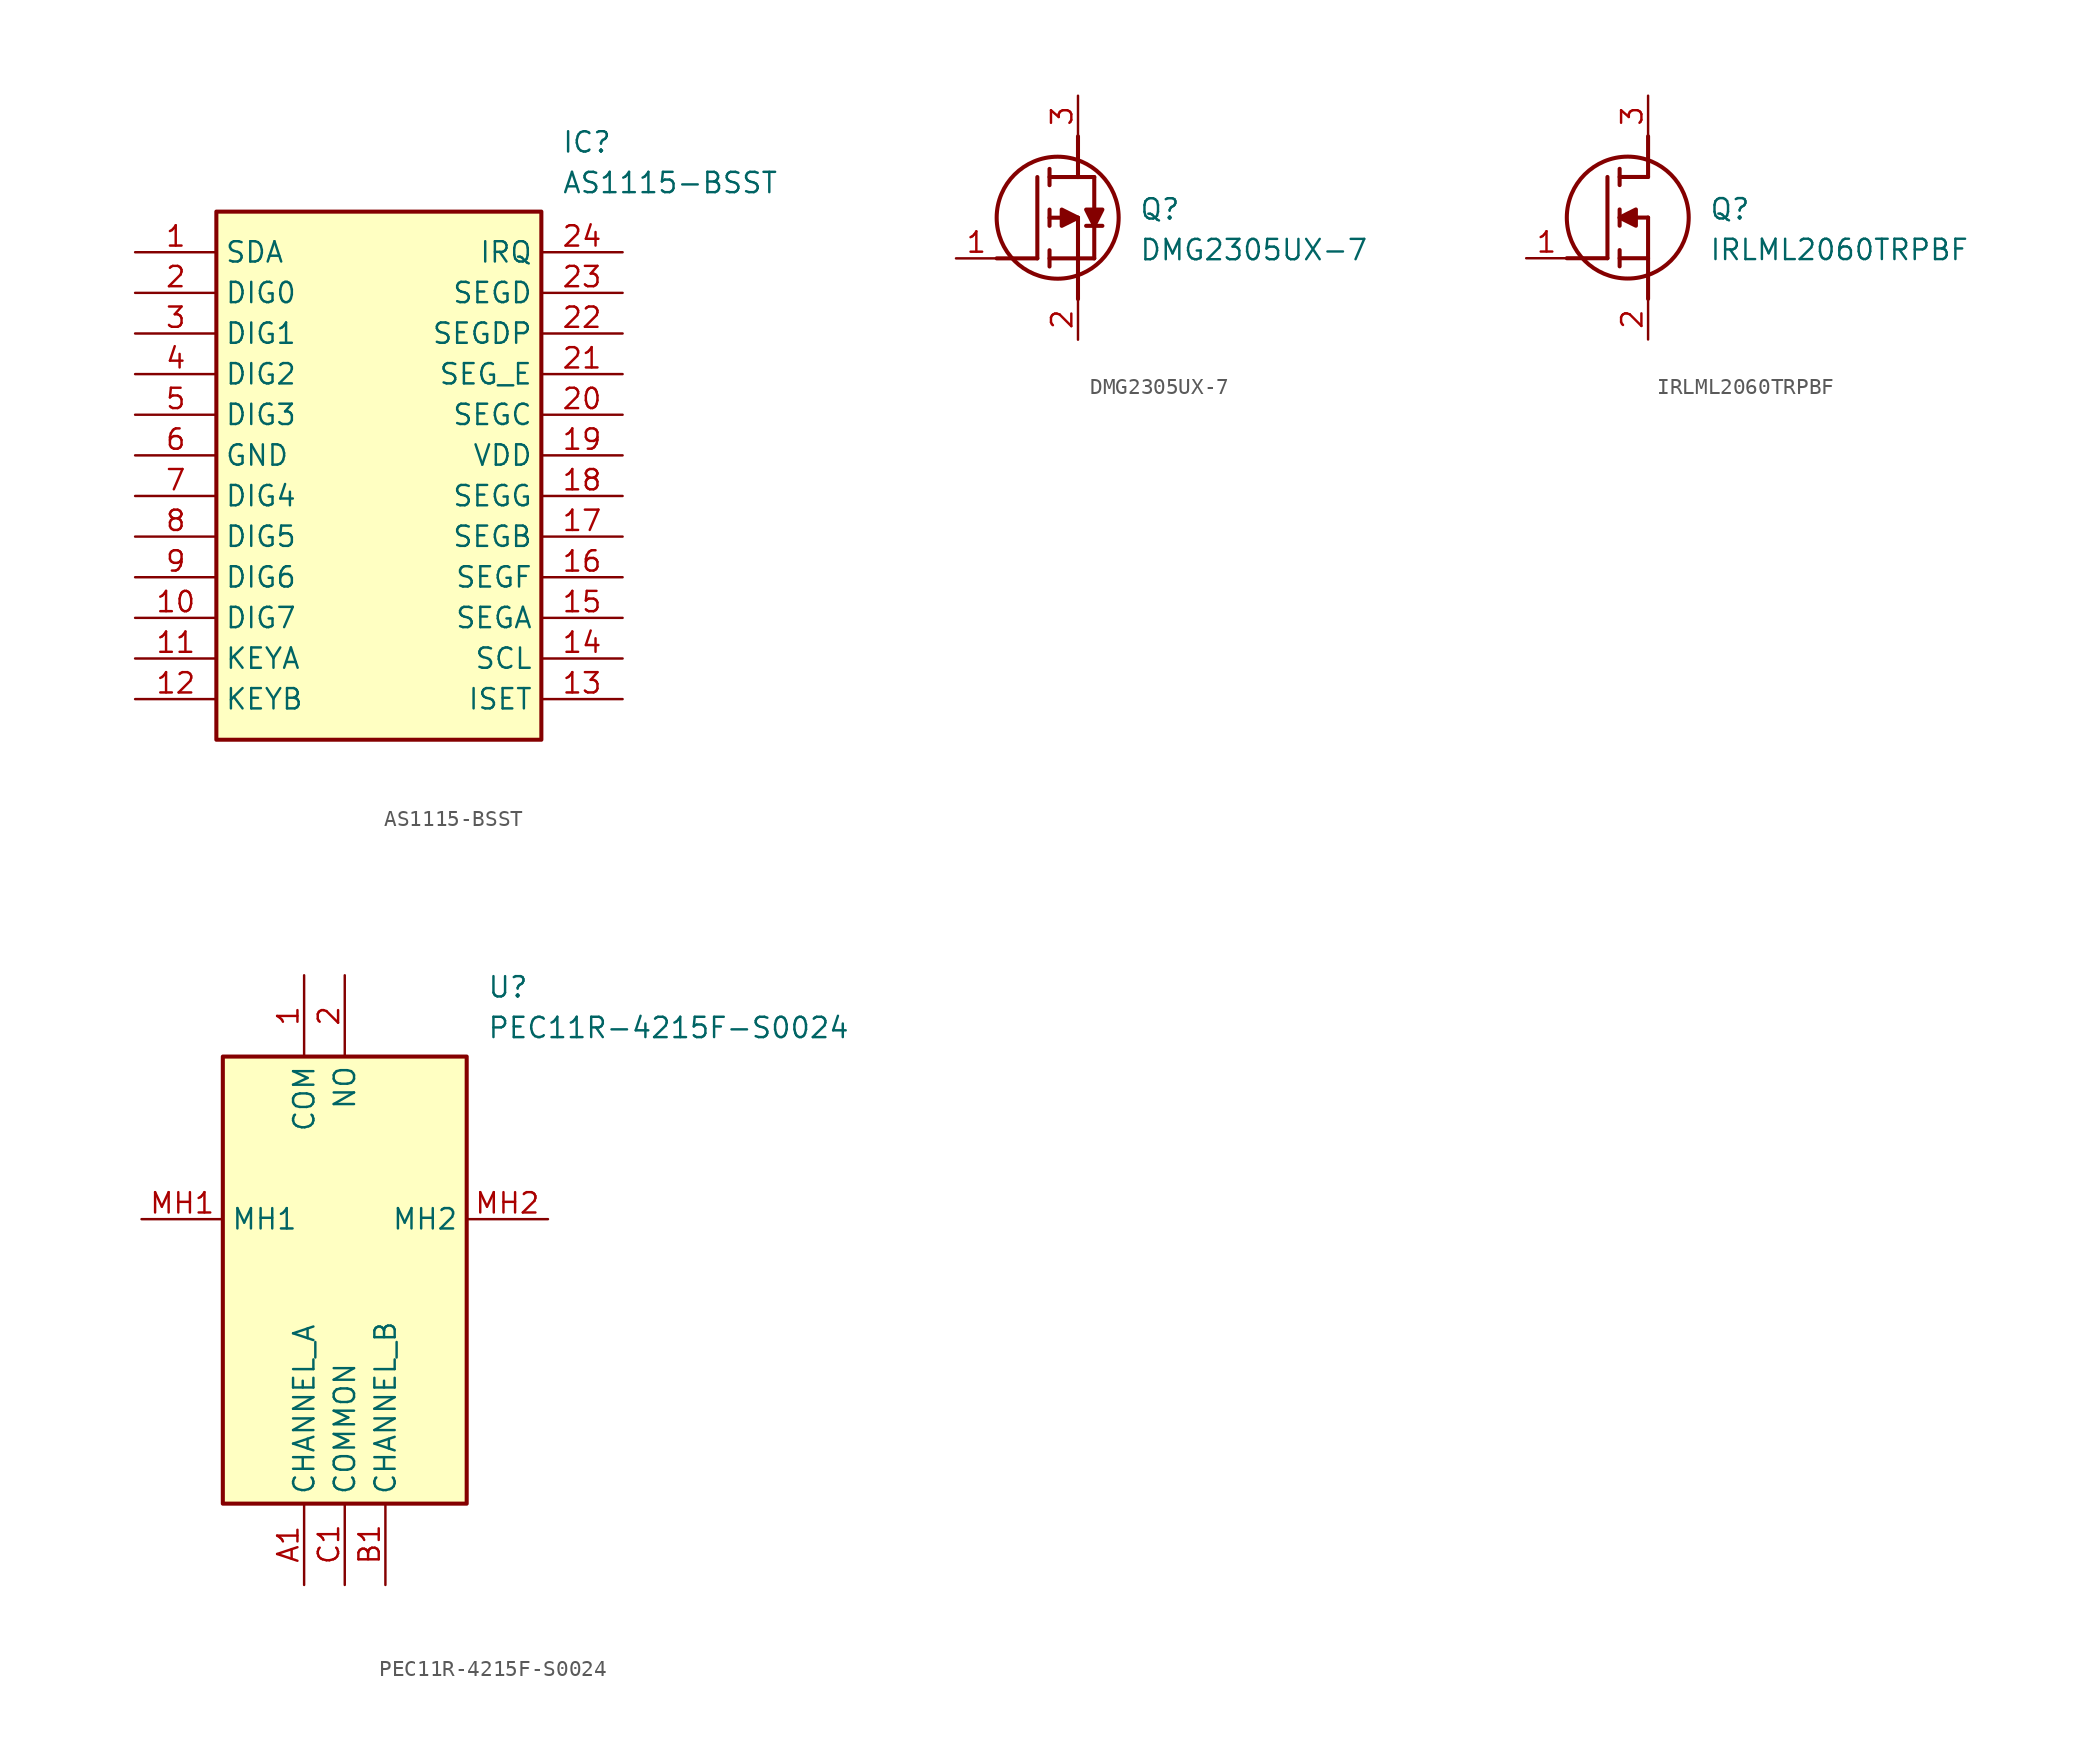
<source format=kicad_sym>
(kicad_symbol_lib
  (version 20231120)
  (generator "kicad_symbol_editor")
  (generator_version "8.0")
  (symbol "AS1115-BSST"
    (property "Reference" "IC"
      (at 26.67 7.62 0)
      (effects (font (size 1.27 1.27)) (justify left top)))
    (property "Value" "AS1115-BSST"
      (at 26.67 5.08 0)
      (effects (font (size 1.27 1.27)) (justify left top)))
    (symbol "AS1115-BSST_1_1"
      (rectangle (start 5.08 2.54) (end 25.4 -30.48) (stroke (width 0.254) (type default)) (fill (type background)))
      (pin passive line (at 0 0 0) (length 5.08) (name "SDA" (effects (font (size 1.27 1.27)))) (number "1" (effects (font (size 1.27 1.27)))))
      (pin passive line (at 0 -22.86 0) (length 5.08) (name "DIG7" (effects (font (size 1.27 1.27)))) (number "10" (effects (font (size 1.27 1.27)))))
      (pin passive line (at 0 -25.4 0) (length 5.08) (name "KEYA" (effects (font (size 1.27 1.27)))) (number "11" (effects (font (size 1.27 1.27)))))
      (pin passive line (at 0 -27.94 0) (length 5.08) (name "KEYB" (effects (font (size 1.27 1.27)))) (number "12" (effects (font (size 1.27 1.27)))))
      (pin passive line (at 30.48 -27.94 180) (length 5.08) (name "ISET" (effects (font (size 1.27 1.27)))) (number "13" (effects (font (size 1.27 1.27)))))
      (pin passive line (at 30.48 -25.4 180) (length 5.08) (name "SCL" (effects (font (size 1.27 1.27)))) (number "14" (effects (font (size 1.27 1.27)))))
      (pin passive line (at 30.48 -22.86 180) (length 5.08) (name "SEGA" (effects (font (size 1.27 1.27)))) (number "15" (effects (font (size 1.27 1.27)))))
      (pin passive line (at 30.48 -20.32 180) (length 5.08) (name "SEGF" (effects (font (size 1.27 1.27)))) (number "16" (effects (font (size 1.27 1.27)))))
      (pin passive line (at 30.48 -17.78 180) (length 5.08) (name "SEGB" (effects (font (size 1.27 1.27)))) (number "17" (effects (font (size 1.27 1.27)))))
      (pin passive line (at 30.48 -15.24 180) (length 5.08) (name "SEGG" (effects (font (size 1.27 1.27)))) (number "18" (effects (font (size 1.27 1.27)))))
      (pin passive line (at 30.48 -12.7 180) (length 5.08) (name "VDD" (effects (font (size 1.27 1.27)))) (number "19" (effects (font (size 1.27 1.27)))))
      (pin passive line (at 0 -2.54 0) (length 5.08) (name "DIG0" (effects (font (size 1.27 1.27)))) (number "2" (effects (font (size 1.27 1.27)))))
      (pin passive line (at 30.48 -10.16 180) (length 5.08) (name "SEGC" (effects (font (size 1.27 1.27)))) (number "20" (effects (font (size 1.27 1.27)))))
      (pin passive line (at 30.48 -7.62 180) (length 5.08) (name "SEG_E" (effects (font (size 1.27 1.27)))) (number "21" (effects (font (size 1.27 1.27)))))
      (pin passive line (at 30.48 -5.08 180) (length 5.08) (name "SEGDP" (effects (font (size 1.27 1.27)))) (number "22" (effects (font (size 1.27 1.27)))))
      (pin passive line (at 30.48 -2.54 180) (length 5.08) (name "SEGD" (effects (font (size 1.27 1.27)))) (number "23" (effects (font (size 1.27 1.27)))))
      (pin passive line (at 30.48 0 180) (length 5.08) (name "IRQ" (effects (font (size 1.27 1.27)))) (number "24" (effects (font (size 1.27 1.27)))))
      (pin passive line (at 0 -5.08 0) (length 5.08) (name "DIG1" (effects (font (size 1.27 1.27)))) (number "3" (effects (font (size 1.27 1.27)))))
      (pin passive line (at 0 -7.62 0) (length 5.08) (name "DIG2" (effects (font (size 1.27 1.27)))) (number "4" (effects (font (size 1.27 1.27)))))
      (pin passive line (at 0 -10.16 0) (length 5.08) (name "DIG3" (effects (font (size 1.27 1.27)))) (number "5" (effects (font (size 1.27 1.27)))))
      (pin passive line (at 0 -12.7 0) (length 5.08) (name "GND" (effects (font (size 1.27 1.27)))) (number "6" (effects (font (size 1.27 1.27)))))
      (pin passive line (at 0 -15.24 0) (length 5.08) (name "DIG4" (effects (font (size 1.27 1.27)))) (number "7" (effects (font (size 1.27 1.27)))))
      (pin passive line (at 0 -17.78 0) (length 5.08) (name "DIG5" (effects (font (size 1.27 1.27)))) (number "8" (effects (font (size 1.27 1.27)))))
      (pin passive line (at 0 -20.32 0) (length 5.08) (name "DIG6" (effects (font (size 1.27 1.27)))) (number "9" (effects (font (size 1.27 1.27)))))))
  (symbol "DMG2305UX-7"
    (pin_names hide)
    (property "Reference" "Q"
      (at 11.43 3.81 0)
      (effects (font (size 1.27 1.27)) (justify left top)))
    (property "Value" "DMG2305UX-7"
      (at 11.43 1.27 0)
      (effects (font (size 1.27 1.27)) (justify left top)))
    (symbol "DMG2305UX-7_1_1"
      (polyline (pts (xy 2.54 0) (xy 5.08 0)) (stroke (width 0.254) (type default)) (fill (type none)))
      (polyline (pts (xy 5.08 5.08) (xy 5.08 0)) (stroke (width 0.254) (type default)) (fill (type none)))
      (polyline (pts (xy 5.842 -0.508) (xy 5.842 0.508)) (stroke (width 0.254) (type default)) (fill (type none)))
      (polyline (pts (xy 5.842 0) (xy 7.62 0)) (stroke (width 0.254) (type default)) (fill (type none)))
      (polyline (pts (xy 5.842 2.032) (xy 5.842 3.048)) (stroke (width 0.254) (type default)) (fill (type none)))
      (polyline (pts (xy 5.842 5.588) (xy 5.842 4.572)) (stroke (width 0.254) (type default)) (fill (type none)))
      (polyline (pts (xy 7.62 0) (xy 8.636 0)) (stroke (width 0.254) (type default)) (fill (type none)))
      (polyline (pts (xy 7.62 2.54) (xy 5.842 2.54)) (stroke (width 0.254) (type default)) (fill (type none)))
      (polyline (pts (xy 7.62 2.54) (xy 7.62 -2.54)) (stroke (width 0.254) (type default)) (fill (type none)))
      (polyline (pts (xy 7.62 5.08) (xy 5.842 5.08)) (stroke (width 0.254) (type default)) (fill (type none)))
      (polyline (pts (xy 7.62 5.08) (xy 7.62 7.62)) (stroke (width 0.254) (type default)) (fill (type none)))
      (polyline (pts (xy 7.62 5.08) (xy 8.636 5.08)) (stroke (width 0.254) (type default)) (fill (type none)))
      (polyline (pts (xy 8.128 2.032) (xy 9.144 2.032)) (stroke (width 0.254) (type default)) (fill (type none)))
      (polyline (pts (xy 8.636 2.032) (xy 8.636 0)) (stroke (width 0.254) (type default)) (fill (type none)))
      (polyline (pts (xy 8.636 3.048) (xy 8.636 5.08)) (stroke (width 0.254) (type default)) (fill (type none)))
      (polyline (pts (xy 7.62 2.54) (xy 6.604 3.048) (xy 6.604 2.032) (xy 7.62 2.54)) (stroke (width 0.254) (type default)) (fill (type outline)))
      (polyline (pts (xy 8.636 2.032) (xy 8.128 3.048) (xy 9.144 3.048) (xy 8.636 2.032)) (stroke (width 0.254) (type default)) (fill (type outline)))
      (circle (center 6.35 2.54) (radius 3.81) (stroke (width 0.254) (type default)) (fill (type none)))
      (pin passive line (at 0 0 0) (length 2.54) (name "G" (effects (font (size 1.27 1.27)))) (number "1" (effects (font (size 1.27 1.27)))))
      (pin passive line (at 7.62 -5.08 90) (length 2.54) (name "S" (effects (font (size 1.27 1.27)))) (number "2" (effects (font (size 1.27 1.27)))))
      (pin passive line (at 7.62 10.16 270) (length 2.54) (name "D" (effects (font (size 1.27 1.27)))) (number "3" (effects (font (size 1.27 1.27)))))))
  (symbol "IRLML2060TRPBF"
    (pin_names hide)
    (property "Reference" "Q"
      (at 11.43 3.81 0)
      (effects (font (size 1.27 1.27)) (justify left top)))
    (property "Value" "IRLML2060TRPBF"
      (at 11.43 1.27 0)
      (effects (font (size 1.27 1.27)) (justify left top)))
    (symbol "IRLML2060TRPBF_1_1"
      (polyline (pts (xy 2.54 0) (xy 5.08 0)) (stroke (width 0.254) (type default)) (fill (type none)))
      (polyline (pts (xy 5.08 5.08) (xy 5.08 0)) (stroke (width 0.254) (type default)) (fill (type none)))
      (polyline (pts (xy 5.842 -0.508) (xy 5.842 0.508)) (stroke (width 0.254) (type default)) (fill (type none)))
      (polyline (pts (xy 5.842 0) (xy 7.62 0)) (stroke (width 0.254) (type default)) (fill (type none)))
      (polyline (pts (xy 5.842 2.032) (xy 5.842 3.048)) (stroke (width 0.254) (type default)) (fill (type none)))
      (polyline (pts (xy 5.842 5.588) (xy 5.842 4.572)) (stroke (width 0.254) (type default)) (fill (type none)))
      (polyline (pts (xy 7.62 2.54) (xy 5.842 2.54)) (stroke (width 0.254) (type default)) (fill (type none)))
      (polyline (pts (xy 7.62 2.54) (xy 7.62 -2.54)) (stroke (width 0.254) (type default)) (fill (type none)))
      (polyline (pts (xy 7.62 5.08) (xy 5.842 5.08)) (stroke (width 0.254) (type default)) (fill (type none)))
      (polyline (pts (xy 7.62 5.08) (xy 7.62 7.62)) (stroke (width 0.254) (type default)) (fill (type none)))
      (polyline (pts (xy 5.842 2.54) (xy 6.858 3.048) (xy 6.858 2.032) (xy 5.842 2.54)) (stroke (width 0.254) (type default)) (fill (type outline)))
      (circle (center 6.35 2.54) (radius 3.81) (stroke (width 0.254) (type default)) (fill (type none)))
      (pin passive line (at 0 0 0) (length 2.54) (name "G" (effects (font (size 1.27 1.27)))) (number "1" (effects (font (size 1.27 1.27)))))
      (pin passive line (at 7.62 -5.08 90) (length 2.54) (name "S" (effects (font (size 1.27 1.27)))) (number "2" (effects (font (size 1.27 1.27)))))
      (pin passive line (at 7.62 10.16 270) (length 2.54) (name "D" (effects (font (size 1.27 1.27)))) (number "3" (effects (font (size 1.27 1.27)))))))
  (symbol "PEC11R-4215F-S0024"
    (property "Reference" "U"
      (at 21.59 15.24 0)
      (effects (font (size 1.27 1.27)) (justify left top)))
    (property "Value" "PEC11R-4215F-S0024"
      (at 21.59 12.7 0)
      (effects (font (size 1.27 1.27)) (justify left top)))
    (symbol "PEC11R-4215F-S0024_1_1"
      (rectangle (start 5.08 10.16) (end 20.32 -17.78) (stroke (width 0.254) (type default)) (fill (type background)))
      (pin passive line (at 10.16 15.24 270) (length 5.08) (name "COM" (effects (font (size 1.27 1.27)))) (number "1" (effects (font (size 1.27 1.27)))))
      (pin passive line (at 12.7 15.24 270) (length 5.08) (name "NO" (effects (font (size 1.27 1.27)))) (number "2" (effects (font (size 1.27 1.27)))))
      (pin passive line (at 10.16 -22.86 90) (length 5.08) (name "CHANNEL_A" (effects (font (size 1.27 1.27)))) (number "A1" (effects (font (size 1.27 1.27)))))
      (pin passive line (at 15.24 -22.86 90) (length 5.08) (name "CHANNEL_B" (effects (font (size 1.27 1.27)))) (number "B1" (effects (font (size 1.27 1.27)))))
      (pin passive line (at 12.7 -22.86 90) (length 5.08) (name "COMMON" (effects (font (size 1.27 1.27)))) (number "C1" (effects (font (size 1.27 1.27)))))
      (pin passive line (at 0 0 0) (length 5.08) (name "MH1" (effects (font (size 1.27 1.27)))) (number "MH1" (effects (font (size 1.27 1.27)))))
      (pin passive line (at 25.4 0 180) (length 5.08) (name "MH2" (effects (font (size 1.27 1.27)))) (number "MH2" (effects (font (size 1.27 1.27))))))))
</source>
